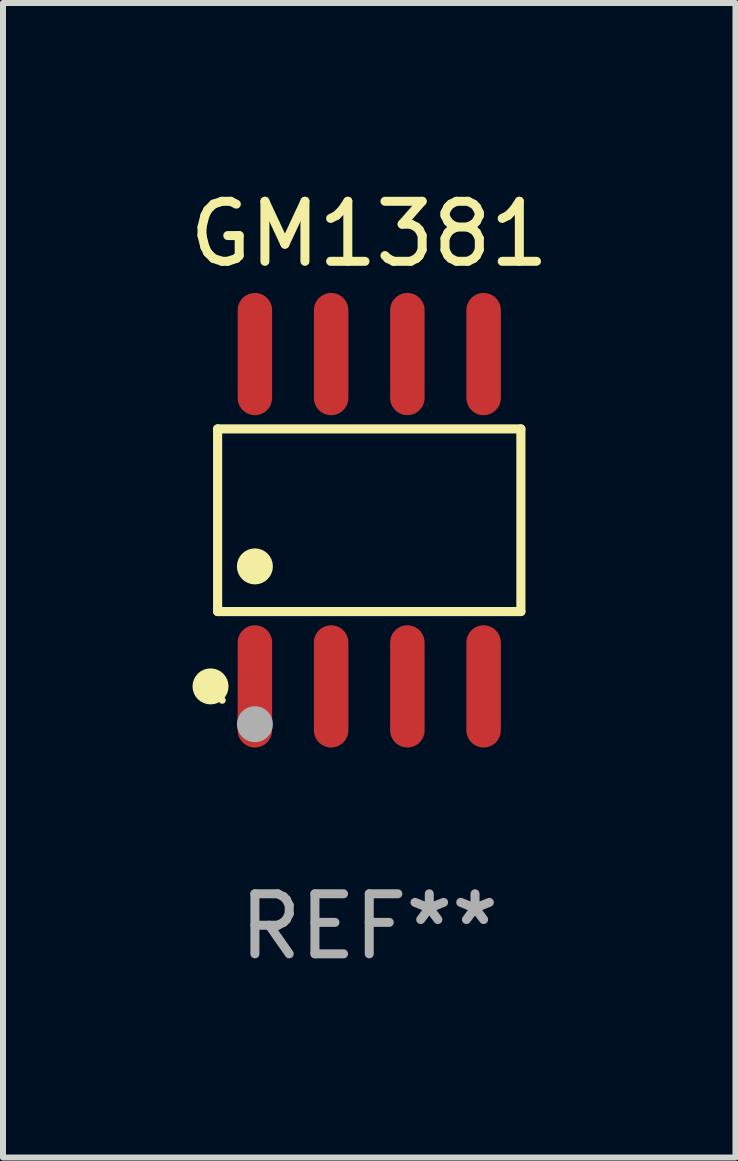
<source format=kicad_pcb>
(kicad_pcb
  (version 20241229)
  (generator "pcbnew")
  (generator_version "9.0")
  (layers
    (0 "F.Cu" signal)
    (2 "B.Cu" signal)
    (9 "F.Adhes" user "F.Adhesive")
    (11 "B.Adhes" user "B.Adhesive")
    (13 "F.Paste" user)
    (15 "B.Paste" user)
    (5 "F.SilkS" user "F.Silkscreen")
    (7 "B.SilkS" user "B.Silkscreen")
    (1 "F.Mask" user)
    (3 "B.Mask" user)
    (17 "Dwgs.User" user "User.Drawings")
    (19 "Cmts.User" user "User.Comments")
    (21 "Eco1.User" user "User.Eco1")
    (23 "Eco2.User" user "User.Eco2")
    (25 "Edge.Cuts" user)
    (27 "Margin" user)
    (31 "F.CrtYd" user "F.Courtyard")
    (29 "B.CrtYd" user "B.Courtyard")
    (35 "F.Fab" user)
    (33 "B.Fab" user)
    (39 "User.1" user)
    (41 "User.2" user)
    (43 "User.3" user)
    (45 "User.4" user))
  (footprint "GM1381"
    (layer "F.Cu")
    (at 3.101 5.616)
    (property "Reference" "GM1381" (at 0 -4.768 0) (layer "F.SilkS") (effects (font (size 1 1) (thickness 0.15))))
    (attr through_hole)
    (fp_line (start -2.526 -1.521) (end 2.526 -1.521) (stroke (width 0.152) (type solid)) (layer "F.SilkS"))
    (fp_line (start -2.526 1.521) (end -2.526 -1.521) (stroke (width 0.152) (type solid)) (layer "F.SilkS"))
    (fp_line (start 2.526 -1.521) (end 2.526 1.521) (stroke (width 0.152) (type solid)) (layer "F.SilkS"))
    (fp_line (start 2.526 1.521) (end -2.526 1.521) (stroke (width 0.152) (type solid)) (layer "F.SilkS"))
    (fp_circle (center -2.644 2.768) (end -2.494 2.768) (stroke (width 0.3) (type solid)) (fill no) (layer "F.SilkS"))
    (fp_circle (center -2.45 2.998) (end -2.42 2.998) (stroke (width 0.06) (type solid)) (fill no) (layer "F.SilkS"))
    (fp_circle (center -1.905 0.769) (end -1.755 0.769) (stroke (width 0.3) (type solid)) (fill no) (layer "F.SilkS"))
    (fp_circle (center -1.905 3.398) (end -1.755 3.398) (stroke (width 0.3) (type solid)) (fill no) (layer "F.Fab"))
    (fp_text user "REF**" (at 0 6.768 0) (layer "F.Fab") (effects (font (size 1 1) (thickness 0.15))))
    (pad "1" smd oval (at -1.905 2.768) (size 0.574 2.036) (layers "F.Cu" "F.Mask" "F.Paste"))
    (pad "2" smd oval (at -0.635 2.768) (size 0.574 2.036) (layers "F.Cu" "F.Mask" "F.Paste"))
    (pad "3" smd oval (at 0.635 2.768) (size 0.574 2.036) (layers "F.Cu" "F.Mask" "F.Paste"))
    (pad "4" smd oval (at 1.905 2.768) (size 0.574 2.036) (layers "F.Cu" "F.Mask" "F.Paste"))
    (pad "5" smd oval (at 1.905 -2.768) (size 0.574 2.036) (layers "F.Cu" "F.Mask" "F.Paste"))
    (pad "6" smd oval (at 0.635 -2.768) (size 0.574 2.036) (layers "F.Cu" "F.Mask" "F.Paste"))
    (pad "7" smd oval (at -0.635 -2.768) (size 0.574 2.036) (layers "F.Cu" "F.Mask" "F.Paste"))
    (pad "8" smd oval (at -1.905 -2.768) (size 0.574 2.036) (layers "F.Cu" "F.Mask" "F.Paste")))
  (gr_rect
    (start -3 -3)
    (end 9.202 16.232)
    (stroke (width 0.1) (type default))
    (fill no)
    (layer "Edge.Cuts")))
</source>
